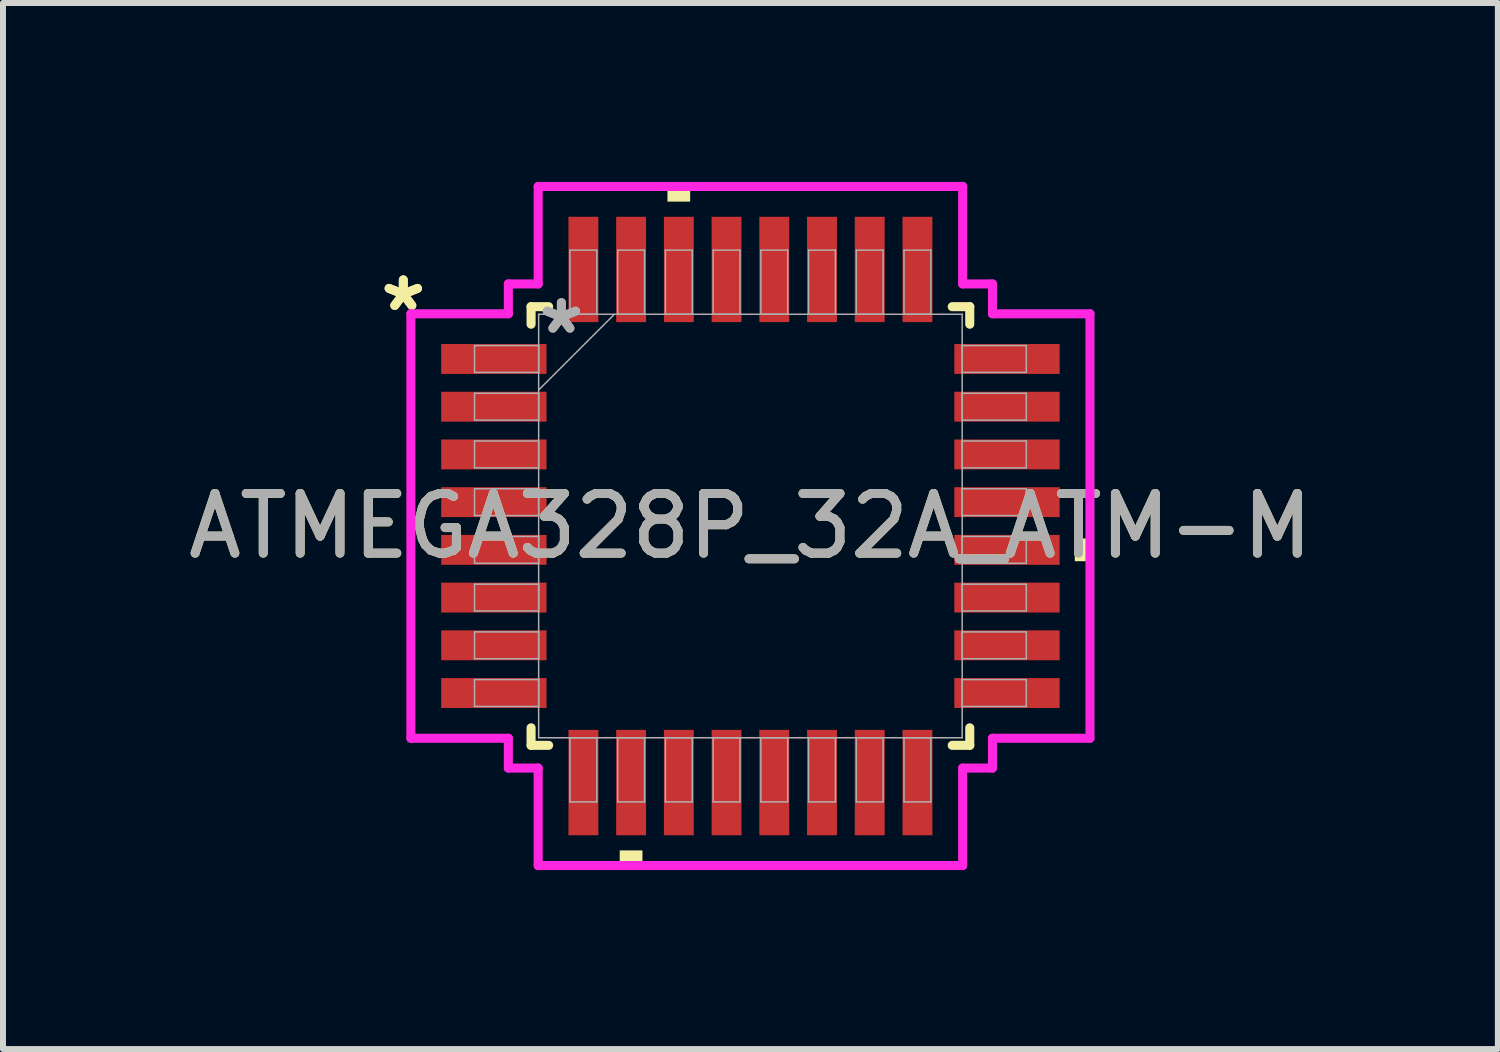
<source format=kicad_pcb>
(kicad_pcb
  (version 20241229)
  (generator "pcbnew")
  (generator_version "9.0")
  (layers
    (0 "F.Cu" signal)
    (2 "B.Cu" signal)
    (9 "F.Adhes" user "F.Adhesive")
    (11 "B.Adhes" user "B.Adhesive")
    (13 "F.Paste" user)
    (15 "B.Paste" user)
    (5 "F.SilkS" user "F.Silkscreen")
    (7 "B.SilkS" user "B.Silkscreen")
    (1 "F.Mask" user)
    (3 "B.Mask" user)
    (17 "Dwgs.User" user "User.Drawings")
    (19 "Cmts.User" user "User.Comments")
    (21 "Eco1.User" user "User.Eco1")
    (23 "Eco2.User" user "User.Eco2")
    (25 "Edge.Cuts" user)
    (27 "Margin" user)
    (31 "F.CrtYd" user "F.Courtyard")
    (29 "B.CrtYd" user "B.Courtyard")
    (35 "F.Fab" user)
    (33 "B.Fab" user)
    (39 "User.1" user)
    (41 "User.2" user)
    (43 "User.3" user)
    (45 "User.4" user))
  (footprint "ATMEGA328P_32A_ATM-M"
    (layer "F.Cu")
    (at 9.53 5.768)
    (property "Reference" "ATMEGA328P_32A_ATM-M" (at 0 0 0) (unlocked yes) (layer "F.SilkS") (effects (font (size 1 1) (thickness 0.15))))
    (attr smd)
    (fp_line (start -3.677 -3.677) (end -3.677 -3.383) (stroke (width 0.152) (type solid)) (layer "F.SilkS"))
    (fp_line (start -3.677 3.383) (end -3.677 3.677) (stroke (width 0.152) (type solid)) (layer "F.SilkS"))
    (fp_line (start -3.677 3.677) (end -3.383 3.677) (stroke (width 0.152) (type solid)) (layer "F.SilkS"))
    (fp_line (start -3.383 -3.677) (end -3.677 -3.677) (stroke (width 0.152) (type solid)) (layer "F.SilkS"))
    (fp_line (start 3.383 3.677) (end 3.677 3.677) (stroke (width 0.152) (type solid)) (layer "F.SilkS"))
    (fp_line (start 3.677 -3.677) (end 3.383 -3.677) (stroke (width 0.152) (type solid)) (layer "F.SilkS"))
    (fp_line (start 3.677 -3.383) (end 3.677 -3.677) (stroke (width 0.152) (type solid)) (layer "F.SilkS"))
    (fp_line (start 3.677 3.677) (end 3.677 3.383) (stroke (width 0.152) (type solid)) (layer "F.SilkS"))
    (fp_poly (pts (xy -2.191 5.438) (xy -2.191 5.692) (xy -1.81 5.692) (xy -1.81 5.438)) (stroke (width 0) (type solid)) (fill yes) (layer "F.SilkS"))
    (fp_poly (pts (xy -1.391 -5.438) (xy -1.391 -5.692) (xy -1.01 -5.692) (xy -1.01 -5.438)) (stroke (width 0) (type solid)) (fill yes) (layer "F.SilkS"))
    (fp_poly (pts (xy 5.692 0.209) (xy 5.692 0.59) (xy 5.438 0.59) (xy 5.438 0.209)) (stroke (width 0) (type solid)) (fill yes) (layer "F.SilkS"))
    (fp_line (start -5.692 -3.558) (end -4.058 -3.558) (stroke (width 0.152) (type solid)) (layer "F.CrtYd"))
    (fp_line (start -5.692 3.558) (end -5.692 -3.558) (stroke (width 0.152) (type solid)) (layer "F.CrtYd"))
    (fp_line (start -4.058 -4.058) (end -3.558 -4.058) (stroke (width 0.152) (type solid)) (layer "F.CrtYd"))
    (fp_line (start -4.058 -3.558) (end -4.058 -4.058) (stroke (width 0.152) (type solid)) (layer "F.CrtYd"))
    (fp_line (start -4.058 3.558) (end -5.692 3.558) (stroke (width 0.152) (type solid)) (layer "F.CrtYd"))
    (fp_line (start -4.058 4.058) (end -4.058 3.558) (stroke (width 0.152) (type solid)) (layer "F.CrtYd"))
    (fp_line (start -4.058 4.058) (end -3.558 4.058) (stroke (width 0.152) (type solid)) (layer "F.CrtYd"))
    (fp_line (start -3.558 -5.692) (end 3.558 -5.692) (stroke (width 0.152) (type solid)) (layer "F.CrtYd"))
    (fp_line (start -3.558 -4.058) (end -3.558 -5.692) (stroke (width 0.152) (type solid)) (layer "F.CrtYd"))
    (fp_line (start -3.558 4.058) (end -3.558 5.692) (stroke (width 0.152) (type solid)) (layer "F.CrtYd"))
    (fp_line (start -3.558 5.692) (end 3.558 5.692) (stroke (width 0.152) (type solid)) (layer "F.CrtYd"))
    (fp_line (start 3.558 -5.692) (end 3.558 -4.058) (stroke (width 0.152) (type solid)) (layer "F.CrtYd"))
    (fp_line (start 3.558 -4.058) (end 4.058 -4.058) (stroke (width 0.152) (type solid)) (layer "F.CrtYd"))
    (fp_line (start 3.558 4.058) (end 4.058 4.058) (stroke (width 0.152) (type solid)) (layer "F.CrtYd"))
    (fp_line (start 3.558 5.692) (end 3.558 4.058) (stroke (width 0.152) (type solid)) (layer "F.CrtYd"))
    (fp_line (start 4.058 -3.558) (end 4.058 -4.058) (stroke (width 0.152) (type solid)) (layer "F.CrtYd"))
    (fp_line (start 4.058 3.558) (end 5.692 3.558) (stroke (width 0.152) (type solid)) (layer "F.CrtYd"))
    (fp_line (start 4.058 4.058) (end 4.058 3.558) (stroke (width 0.152) (type solid)) (layer "F.CrtYd"))
    (fp_line (start 5.692 -3.558) (end 4.058 -3.558) (stroke (width 0.152) (type solid)) (layer "F.CrtYd"))
    (fp_line (start 5.692 3.558) (end 5.692 -3.558) (stroke (width 0.152) (type solid)) (layer "F.CrtYd"))
    (fp_line (start -4.625 -3.025) (end -4.625 -2.575) (stroke (width 0.025) (type solid)) (layer "F.Fab"))
    (fp_line (start -4.625 -2.575) (end -3.55 -2.575) (stroke (width 0.025) (type solid)) (layer "F.Fab"))
    (fp_line (start -4.625 -2.225) (end -4.625 -1.775) (stroke (width 0.025) (type solid)) (layer "F.Fab"))
    (fp_line (start -4.625 -1.775) (end -3.55 -1.775) (stroke (width 0.025) (type solid)) (layer "F.Fab"))
    (fp_line (start -4.625 -1.425) (end -4.625 -0.975) (stroke (width 0.025) (type solid)) (layer "F.Fab"))
    (fp_line (start -4.625 -0.975) (end -3.55 -0.975) (stroke (width 0.025) (type solid)) (layer "F.Fab"))
    (fp_line (start -4.625 -0.625) (end -4.625 -0.175) (stroke (width 0.025) (type solid)) (layer "F.Fab"))
    (fp_line (start -4.625 -0.175) (end -3.55 -0.175) (stroke (width 0.025) (type solid)) (layer "F.Fab"))
    (fp_line (start -4.625 0.175) (end -4.625 0.625) (stroke (width 0.025) (type solid)) (layer "F.Fab"))
    (fp_line (start -4.625 0.625) (end -3.55 0.625) (stroke (width 0.025) (type solid)) (layer "F.Fab"))
    (fp_line (start -4.625 0.975) (end -4.625 1.425) (stroke (width 0.025) (type solid)) (layer "F.Fab"))
    (fp_line (start -4.625 1.425) (end -3.55 1.425) (stroke (width 0.025) (type solid)) (layer "F.Fab"))
    (fp_line (start -4.625 1.775) (end -4.625 2.225) (stroke (width 0.025) (type solid)) (layer "F.Fab"))
    (fp_line (start -4.625 2.225) (end -3.55 2.225) (stroke (width 0.025) (type solid)) (layer "F.Fab"))
    (fp_line (start -4.625 2.575) (end -4.625 3.025) (stroke (width 0.025) (type solid)) (layer "F.Fab"))
    (fp_line (start -4.625 3.025) (end -3.55 3.025) (stroke (width 0.025) (type solid)) (layer "F.Fab"))
    (fp_line (start -3.55 -3.55) (end -3.55 3.55) (stroke (width 0.025) (type solid)) (layer "F.Fab"))
    (fp_line (start -3.55 -3.025) (end -4.625 -3.025) (stroke (width 0.025) (type solid)) (layer "F.Fab"))
    (fp_line (start -3.55 -2.575) (end -3.55 -3.025) (stroke (width 0.025) (type solid)) (layer "F.Fab"))
    (fp_line (start -3.55 -2.28) (end -2.28 -3.55) (stroke (width 0.025) (type solid)) (layer "F.Fab"))
    (fp_line (start -3.55 -2.225) (end -4.625 -2.225) (stroke (width 0.025) (type solid)) (layer "F.Fab"))
    (fp_line (start -3.55 -1.775) (end -3.55 -2.225) (stroke (width 0.025) (type solid)) (layer "F.Fab"))
    (fp_line (start -3.55 -1.425) (end -4.625 -1.425) (stroke (width 0.025) (type solid)) (layer "F.Fab"))
    (fp_line (start -3.55 -0.975) (end -3.55 -1.425) (stroke (width 0.025) (type solid)) (layer "F.Fab"))
    (fp_line (start -3.55 -0.625) (end -4.625 -0.625) (stroke (width 0.025) (type solid)) (layer "F.Fab"))
    (fp_line (start -3.55 -0.175) (end -3.55 -0.625) (stroke (width 0.025) (type solid)) (layer "F.Fab"))
    (fp_line (start -3.55 0.175) (end -4.625 0.175) (stroke (width 0.025) (type solid)) (layer "F.Fab"))
    (fp_line (start -3.55 0.625) (end -3.55 0.175) (stroke (width 0.025) (type solid)) (layer "F.Fab"))
    (fp_line (start -3.55 0.975) (end -4.625 0.975) (stroke (width 0.025) (type solid)) (layer "F.Fab"))
    (fp_line (start -3.55 1.425) (end -3.55 0.975) (stroke (width 0.025) (type solid)) (layer "F.Fab"))
    (fp_line (start -3.55 1.775) (end -4.625 1.775) (stroke (width 0.025) (type solid)) (layer "F.Fab"))
    (fp_line (start -3.55 2.225) (end -3.55 1.775) (stroke (width 0.025) (type solid)) (layer "F.Fab"))
    (fp_line (start -3.55 2.575) (end -4.625 2.575) (stroke (width 0.025) (type solid)) (layer "F.Fab"))
    (fp_line (start -3.55 3.025) (end -3.55 2.575) (stroke (width 0.025) (type solid)) (layer "F.Fab"))
    (fp_line (start -3.55 3.55) (end 3.55 3.55) (stroke (width 0.025) (type solid)) (layer "F.Fab"))
    (fp_line (start -3.025 -4.625) (end -3.025 -3.55) (stroke (width 0.025) (type solid)) (layer "F.Fab"))
    (fp_line (start -3.025 -3.55) (end -2.575 -3.55) (stroke (width 0.025) (type solid)) (layer "F.Fab"))
    (fp_line (start -3.025 3.55) (end -3.025 4.625) (stroke (width 0.025) (type solid)) (layer "F.Fab"))
    (fp_line (start -3.025 4.625) (end -2.575 4.625) (stroke (width 0.025) (type solid)) (layer "F.Fab"))
    (fp_line (start -2.575 3.55) (end -3.025 3.55) (stroke (width 0.025) (type solid)) (layer "F.Fab"))
    (fp_line (start -2.575 4.625) (end -2.575 3.55) (stroke (width 0.025) (type solid)) (layer "F.Fab"))
    (fp_line (start -2.575 -4.625) (end -3.025 -4.625) (stroke (width 0.025) (type solid)) (layer "F.Fab"))
    (fp_line (start -2.575 -3.55) (end -2.575 -4.625) (stroke (width 0.025) (type solid)) (layer "F.Fab"))
    (fp_line (start -2.225 -4.625) (end -2.225 -3.55) (stroke (width 0.025) (type solid)) (layer "F.Fab"))
    (fp_line (start -2.225 -3.55) (end -1.775 -3.55) (stroke (width 0.025) (type solid)) (layer "F.Fab"))
    (fp_line (start -2.225 3.55) (end -2.225 4.625) (stroke (width 0.025) (type solid)) (layer "F.Fab"))
    (fp_line (start -2.225 4.625) (end -1.775 4.625) (stroke (width 0.025) (type solid)) (layer "F.Fab"))
    (fp_line (start -1.775 -4.625) (end -2.225 -4.625) (stroke (width 0.025) (type solid)) (layer "F.Fab"))
    (fp_line (start -1.775 -3.55) (end -1.775 -4.625) (stroke (width 0.025) (type solid)) (layer "F.Fab"))
    (fp_line (start -1.775 3.55) (end -2.225 3.55) (stroke (width 0.025) (type solid)) (layer "F.Fab"))
    (fp_line (start -1.775 4.625) (end -1.775 3.55) (stroke (width 0.025) (type solid)) (layer "F.Fab"))
    (fp_line (start -1.425 -4.625) (end -1.425 -3.55) (stroke (width 0.025) (type solid)) (layer "F.Fab"))
    (fp_line (start -1.425 -3.55) (end -0.975 -3.55) (stroke (width 0.025) (type solid)) (layer "F.Fab"))
    (fp_line (start -1.425 3.55) (end -1.425 4.625) (stroke (width 0.025) (type solid)) (layer "F.Fab"))
    (fp_line (start -1.425 4.625) (end -0.975 4.625) (stroke (width 0.025) (type solid)) (layer "F.Fab"))
    (fp_line (start -0.975 -4.625) (end -1.425 -4.625) (stroke (width 0.025) (type solid)) (layer "F.Fab"))
    (fp_line (start -0.975 -3.55) (end -0.975 -4.625) (stroke (width 0.025) (type solid)) (layer "F.Fab"))
    (fp_line (start -0.975 3.55) (end -1.425 3.55) (stroke (width 0.025) (type solid)) (layer "F.Fab"))
    (fp_line (start -0.975 4.625) (end -0.975 3.55) (stroke (width 0.025) (type solid)) (layer "F.Fab"))
    (fp_line (start -0.625 -4.625) (end -0.625 -3.55) (stroke (width 0.025) (type solid)) (layer "F.Fab"))
    (fp_line (start -0.625 -3.55) (end -0.175 -3.55) (stroke (width 0.025) (type solid)) (layer "F.Fab"))
    (fp_line (start -0.625 3.55) (end -0.625 4.625) (stroke (width 0.025) (type solid)) (layer "F.Fab"))
    (fp_line (start -0.625 4.625) (end -0.175 4.625) (stroke (width 0.025) (type solid)) (layer "F.Fab"))
    (fp_line (start -0.175 -4.625) (end -0.625 -4.625) (stroke (width 0.025) (type solid)) (layer "F.Fab"))
    (fp_line (start -0.175 -3.55) (end -0.175 -4.625) (stroke (width 0.025) (type solid)) (layer "F.Fab"))
    (fp_line (start -0.175 3.55) (end -0.625 3.55) (stroke (width 0.025) (type solid)) (layer "F.Fab"))
    (fp_line (start -0.175 4.625) (end -0.175 3.55) (stroke (width 0.025) (type solid)) (layer "F.Fab"))
    (fp_line (start 0.175 -4.625) (end 0.175 -3.55) (stroke (width 0.025) (type solid)) (layer "F.Fab"))
    (fp_line (start 0.175 -3.55) (end 0.625 -3.55) (stroke (width 0.025) (type solid)) (layer "F.Fab"))
    (fp_line (start 0.175 3.55) (end 0.175 4.625) (stroke (width 0.025) (type solid)) (layer "F.Fab"))
    (fp_line (start 0.175 4.625) (end 0.625 4.625) (stroke (width 0.025) (type solid)) (layer "F.Fab"))
    (fp_line (start 0.625 -4.625) (end 0.175 -4.625) (stroke (width 0.025) (type solid)) (layer "F.Fab"))
    (fp_line (start 0.625 -3.55) (end 0.625 -4.625) (stroke (width 0.025) (type solid)) (layer "F.Fab"))
    (fp_line (start 0.625 3.55) (end 0.175 3.55) (stroke (width 0.025) (type solid)) (layer "F.Fab"))
    (fp_line (start 0.625 4.625) (end 0.625 3.55) (stroke (width 0.025) (type solid)) (layer "F.Fab"))
    (fp_line (start 0.975 -4.625) (end 0.975 -3.55) (stroke (width 0.025) (type solid)) (layer "F.Fab"))
    (fp_line (start 0.975 -3.55) (end 1.425 -3.55) (stroke (width 0.025) (type solid)) (layer "F.Fab"))
    (fp_line (start 0.975 3.55) (end 0.975 4.625) (stroke (width 0.025) (type solid)) (layer "F.Fab"))
    (fp_line (start 0.975 4.625) (end 1.425 4.625) (stroke (width 0.025) (type solid)) (layer "F.Fab"))
    (fp_line (start 1.425 -4.625) (end 0.975 -4.625) (stroke (width 0.025) (type solid)) (layer "F.Fab"))
    (fp_line (start 1.425 -3.55) (end 1.425 -4.625) (stroke (width 0.025) (type solid)) (layer "F.Fab"))
    (fp_line (start 1.425 3.55) (end 0.975 3.55) (stroke (width 0.025) (type solid)) (layer "F.Fab"))
    (fp_line (start 1.425 4.625) (end 1.425 3.55) (stroke (width 0.025) (type solid)) (layer "F.Fab"))
    (fp_line (start 1.775 -4.625) (end 1.775 -3.55) (stroke (width 0.025) (type solid)) (layer "F.Fab"))
    (fp_line (start 1.775 -3.55) (end 2.225 -3.55) (stroke (width 0.025) (type solid)) (layer "F.Fab"))
    (fp_line (start 1.775 3.55) (end 1.775 4.625) (stroke (width 0.025) (type solid)) (layer "F.Fab"))
    (fp_line (start 1.775 4.625) (end 2.225 4.625) (stroke (width 0.025) (type solid)) (layer "F.Fab"))
    (fp_line (start 2.225 -4.625) (end 1.775 -4.625) (stroke (width 0.025) (type solid)) (layer "F.Fab"))
    (fp_line (start 2.225 -3.55) (end 2.225 -4.625) (stroke (width 0.025) (type solid)) (layer "F.Fab"))
    (fp_line (start 2.225 3.55) (end 1.775 3.55) (stroke (width 0.025) (type solid)) (layer "F.Fab"))
    (fp_line (start 2.225 4.625) (end 2.225 3.55) (stroke (width 0.025) (type solid)) (layer "F.Fab"))
    (fp_line (start 2.575 3.55) (end 2.575 4.625) (stroke (width 0.025) (type solid)) (layer "F.Fab"))
    (fp_line (start 2.575 4.625) (end 3.025 4.625) (stroke (width 0.025) (type solid)) (layer "F.Fab"))
    (fp_line (start 2.575 -4.625) (end 2.575 -3.55) (stroke (width 0.025) (type solid)) (layer "F.Fab"))
    (fp_line (start 2.575 -3.55) (end 3.025 -3.55) (stroke (width 0.025) (type solid)) (layer "F.Fab"))
    (fp_line (start 3.025 -4.625) (end 2.575 -4.625) (stroke (width 0.025) (type solid)) (layer "F.Fab"))
    (fp_line (start 3.025 -3.55) (end 3.025 -4.625) (stroke (width 0.025) (type solid)) (layer "F.Fab"))
    (fp_line (start 3.025 3.55) (end 2.575 3.55) (stroke (width 0.025) (type solid)) (layer "F.Fab"))
    (fp_line (start 3.025 4.625) (end 3.025 3.55) (stroke (width 0.025) (type solid)) (layer "F.Fab"))
    (fp_line (start 3.55 -3.55) (end -3.55 -3.55) (stroke (width 0.025) (type solid)) (layer "F.Fab"))
    (fp_line (start 3.55 -3.025) (end 3.55 -2.575) (stroke (width 0.025) (type solid)) (layer "F.Fab"))
    (fp_line (start 3.55 -2.575) (end 4.625 -2.575) (stroke (width 0.025) (type solid)) (layer "F.Fab"))
    (fp_line (start 3.55 -2.225) (end 3.55 -1.775) (stroke (width 0.025) (type solid)) (layer "F.Fab"))
    (fp_line (start 3.55 -1.775) (end 4.625 -1.775) (stroke (width 0.025) (type solid)) (layer "F.Fab"))
    (fp_line (start 3.55 -1.425) (end 3.55 -0.975) (stroke (width 0.025) (type solid)) (layer "F.Fab"))
    (fp_line (start 3.55 -0.975) (end 4.625 -0.975) (stroke (width 0.025) (type solid)) (layer "F.Fab"))
    (fp_line (start 3.55 -0.625) (end 3.55 -0.175) (stroke (width 0.025) (type solid)) (layer "F.Fab"))
    (fp_line (start 3.55 -0.175) (end 4.625 -0.175) (stroke (width 0.025) (type solid)) (layer "F.Fab"))
    (fp_line (start 3.55 0.175) (end 3.55 0.625) (stroke (width 0.025) (type solid)) (layer "F.Fab"))
    (fp_line (start 3.55 0.625) (end 4.625 0.625) (stroke (width 0.025) (type solid)) (layer "F.Fab"))
    (fp_line (start 3.55 0.975) (end 3.55 1.425) (stroke (width 0.025) (type solid)) (layer "F.Fab"))
    (fp_line (start 3.55 1.425) (end 4.625 1.425) (stroke (width 0.025) (type solid)) (layer "F.Fab"))
    (fp_line (start 3.55 1.775) (end 3.55 2.225) (stroke (width 0.025) (type solid)) (layer "F.Fab"))
    (fp_line (start 3.55 2.225) (end 4.625 2.225) (stroke (width 0.025) (type solid)) (layer "F.Fab"))
    (fp_line (start 3.55 2.575) (end 3.55 3.025) (stroke (width 0.025) (type solid)) (layer "F.Fab"))
    (fp_line (start 3.55 3.025) (end 4.625 3.025) (stroke (width 0.025) (type solid)) (layer "F.Fab"))
    (fp_line (start 3.55 3.55) (end 3.55 -3.55) (stroke (width 0.025) (type solid)) (layer "F.Fab"))
    (fp_line (start 4.625 -3.025) (end 3.55 -3.025) (stroke (width 0.025) (type solid)) (layer "F.Fab"))
    (fp_line (start 4.625 -2.575) (end 4.625 -3.025) (stroke (width 0.025) (type solid)) (layer "F.Fab"))
    (fp_line (start 4.625 -2.225) (end 3.55 -2.225) (stroke (width 0.025) (type solid)) (layer "F.Fab"))
    (fp_line (start 4.625 -1.775) (end 4.625 -2.225) (stroke (width 0.025) (type solid)) (layer "F.Fab"))
    (fp_line (start 4.625 -1.425) (end 3.55 -1.425) (stroke (width 0.025) (type solid)) (layer "F.Fab"))
    (fp_line (start 4.625 -0.975) (end 4.625 -1.425) (stroke (width 0.025) (type solid)) (layer "F.Fab"))
    (fp_line (start 4.625 -0.625) (end 3.55 -0.625) (stroke (width 0.025) (type solid)) (layer "F.Fab"))
    (fp_line (start 4.625 -0.175) (end 4.625 -0.625) (stroke (width 0.025) (type solid)) (layer "F.Fab"))
    (fp_line (start 4.625 0.175) (end 3.55 0.175) (stroke (width 0.025) (type solid)) (layer "F.Fab"))
    (fp_line (start 4.625 0.625) (end 4.625 0.175) (stroke (width 0.025) (type solid)) (layer "F.Fab"))
    (fp_line (start 4.625 0.975) (end 3.55 0.975) (stroke (width 0.025) (type solid)) (layer "F.Fab"))
    (fp_line (start 4.625 1.425) (end 4.625 0.975) (stroke (width 0.025) (type solid)) (layer "F.Fab"))
    (fp_line (start 4.625 1.775) (end 3.55 1.775) (stroke (width 0.025) (type solid)) (layer "F.Fab"))
    (fp_line (start 4.625 2.225) (end 4.625 1.775) (stroke (width 0.025) (type solid)) (layer "F.Fab"))
    (fp_line (start 4.625 2.575) (end 3.55 2.575) (stroke (width 0.025) (type solid)) (layer "F.Fab"))
    (fp_line (start 4.625 3.025) (end 4.625 2.575) (stroke (width 0.025) (type solid)) (layer "F.Fab"))
    (fp_text user "*" (at -5.819 -3.581 0) (layer "F.SilkS") (effects (font (size 1 1) (thickness 0.15))))
    (fp_text user "*" (at -5.819 -3.581 0) (unlocked yes) (layer "F.SilkS") (effects (font (size 1 1) (thickness 0.15))))
    (fp_text user "*" (at -3.169 -3.2 0) (layer "F.Fab") (effects (font (size 1 1) (thickness 0.15))))
    (fp_text user "${REFERENCE}" (at 0 0 0) (unlocked yes) (layer "F.Fab") (effects (font (size 1 1) (thickness 0.15))))
    (fp_text user "*" (at -3.169 -3.2 0) (unlocked yes) (layer "F.Fab") (effects (font (size 1 1) (thickness 0.15))))
    (pad "1" smd rect (at -4.301 -2.8 90) (size 0.501 1.766) (layers "F.Cu" "F.Mask" "F.Paste"))
    (pad "2" smd rect (at -4.301 -2 90) (size 0.501 1.766) (layers "F.Cu" "F.Mask" "F.Paste"))
    (pad "3" smd rect (at -4.301 -1.2 90) (size 0.501 1.766) (layers "F.Cu" "F.Mask" "F.Paste"))
    (pad "4" smd rect (at -4.301 -0.4 90) (size 0.501 1.766) (layers "F.Cu" "F.Mask" "F.Paste"))
    (pad "5" smd rect (at -4.301 0.4 90) (size 0.501 1.766) (layers "F.Cu" "F.Mask" "F.Paste"))
    (pad "6" smd rect (at -4.301 1.2 90) (size 0.501 1.766) (layers "F.Cu" "F.Mask" "F.Paste"))
    (pad "7" smd rect (at -4.301 2 90) (size 0.501 1.766) (layers "F.Cu" "F.Mask" "F.Paste"))
    (pad "8" smd rect (at -4.301 2.8 90) (size 0.501 1.766) (layers "F.Cu" "F.Mask" "F.Paste"))
    (pad "9" smd rect (at -2.8 4.301) (size 0.501 1.766) (layers "F.Cu" "F.Mask" "F.Paste"))
    (pad "10" smd rect (at -2 4.301) (size 0.501 1.766) (layers "F.Cu" "F.Mask" "F.Paste"))
    (pad "11" smd rect (at -1.2 4.301) (size 0.501 1.766) (layers "F.Cu" "F.Mask" "F.Paste"))
    (pad "12" smd rect (at -0.4 4.301) (size 0.501 1.766) (layers "F.Cu" "F.Mask" "F.Paste"))
    (pad "13" smd rect (at 0.4 4.301) (size 0.501 1.766) (layers "F.Cu" "F.Mask" "F.Paste"))
    (pad "14" smd rect (at 1.2 4.301) (size 0.501 1.766) (layers "F.Cu" "F.Mask" "F.Paste"))
    (pad "15" smd rect (at 2 4.301) (size 0.501 1.766) (layers "F.Cu" "F.Mask" "F.Paste"))
    (pad "16" smd rect (at 2.8 4.301) (size 0.501 1.766) (layers "F.Cu" "F.Mask" "F.Paste"))
    (pad "17" smd rect (at 4.301 2.8 90) (size 0.501 1.766) (layers "F.Cu" "F.Mask" "F.Paste"))
    (pad "18" smd rect (at 4.301 2 90) (size 0.501 1.766) (layers "F.Cu" "F.Mask" "F.Paste"))
    (pad "19" smd rect (at 4.301 1.2 90) (size 0.501 1.766) (layers "F.Cu" "F.Mask" "F.Paste"))
    (pad "20" smd rect (at 4.301 0.4 90) (size 0.501 1.766) (layers "F.Cu" "F.Mask" "F.Paste"))
    (pad "21" smd rect (at 4.301 -0.4 90) (size 0.501 1.766) (layers "F.Cu" "F.Mask" "F.Paste"))
    (pad "22" smd rect (at 4.301 -1.2 90) (size 0.501 1.766) (layers "F.Cu" "F.Mask" "F.Paste"))
    (pad "23" smd rect (at 4.301 -2 90) (size 0.501 1.766) (layers "F.Cu" "F.Mask" "F.Paste"))
    (pad "24" smd rect (at 4.301 -2.8 90) (size 0.501 1.766) (layers "F.Cu" "F.Mask" "F.Paste"))
    (pad "25" smd rect (at 2.8 -4.301) (size 0.501 1.766) (layers "F.Cu" "F.Mask" "F.Paste"))
    (pad "26" smd rect (at 2 -4.301) (size 0.501 1.766) (layers "F.Cu" "F.Mask" "F.Paste"))
    (pad "27" smd rect (at 1.2 -4.301) (size 0.501 1.766) (layers "F.Cu" "F.Mask" "F.Paste"))
    (pad "28" smd rect (at 0.4 -4.301) (size 0.501 1.766) (layers "F.Cu" "F.Mask" "F.Paste"))
    (pad "29" smd rect (at -0.4 -4.301) (size 0.501 1.766) (layers "F.Cu" "F.Mask" "F.Paste"))
    (pad "30" smd rect (at -1.2 -4.301) (size 0.501 1.766) (layers "F.Cu" "F.Mask" "F.Paste"))
    (pad "31" smd rect (at -2 -4.301) (size 0.501 1.766) (layers "F.Cu" "F.Mask" "F.Paste"))
    (pad "32" smd rect (at -2.8 -4.301) (size 0.501 1.766) (layers "F.Cu" "F.Mask" "F.Paste")))
  (gr_rect
    (start -3 -3)
    (end 22.06 14.536)
    (stroke (width 0.1) (type default))
    (fill no)
    (layer "Edge.Cuts")))
</source>
